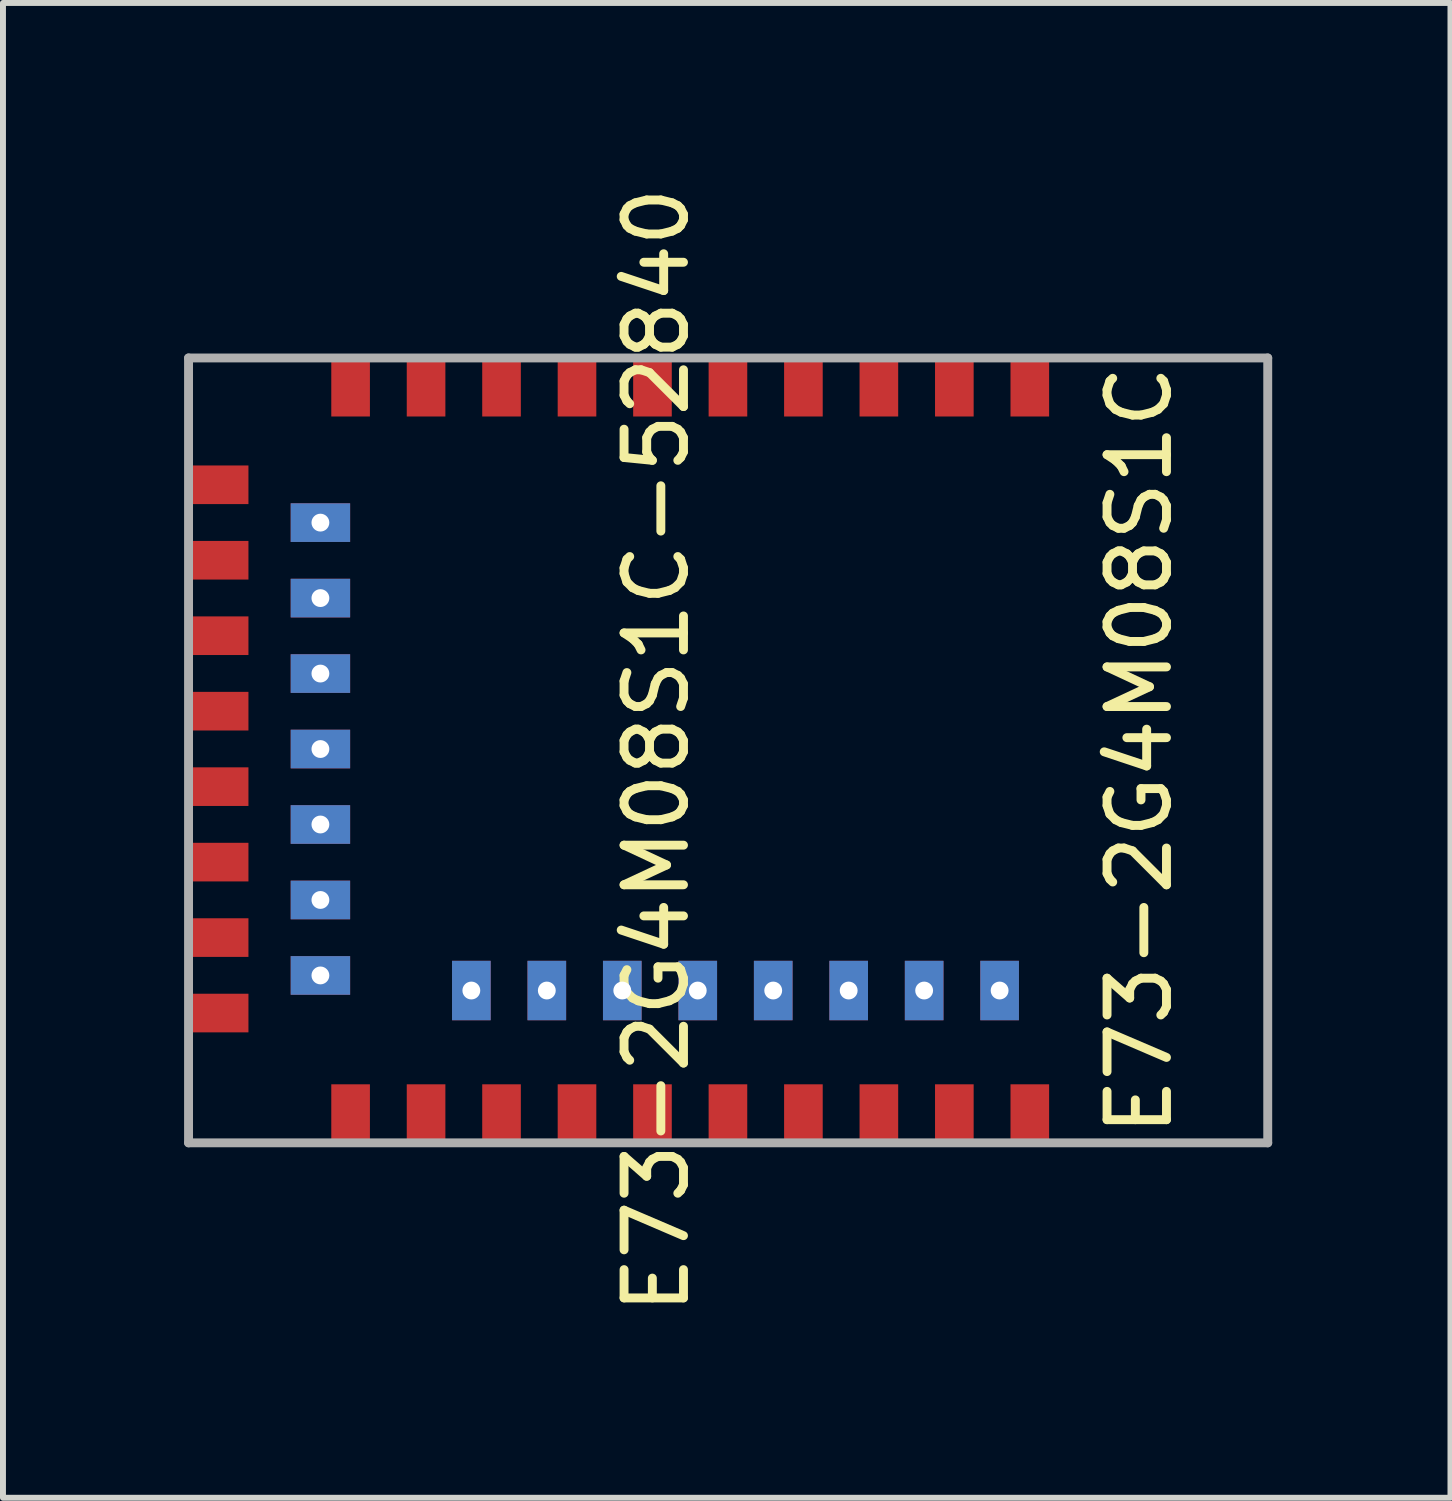
<source format=kicad_pcb>
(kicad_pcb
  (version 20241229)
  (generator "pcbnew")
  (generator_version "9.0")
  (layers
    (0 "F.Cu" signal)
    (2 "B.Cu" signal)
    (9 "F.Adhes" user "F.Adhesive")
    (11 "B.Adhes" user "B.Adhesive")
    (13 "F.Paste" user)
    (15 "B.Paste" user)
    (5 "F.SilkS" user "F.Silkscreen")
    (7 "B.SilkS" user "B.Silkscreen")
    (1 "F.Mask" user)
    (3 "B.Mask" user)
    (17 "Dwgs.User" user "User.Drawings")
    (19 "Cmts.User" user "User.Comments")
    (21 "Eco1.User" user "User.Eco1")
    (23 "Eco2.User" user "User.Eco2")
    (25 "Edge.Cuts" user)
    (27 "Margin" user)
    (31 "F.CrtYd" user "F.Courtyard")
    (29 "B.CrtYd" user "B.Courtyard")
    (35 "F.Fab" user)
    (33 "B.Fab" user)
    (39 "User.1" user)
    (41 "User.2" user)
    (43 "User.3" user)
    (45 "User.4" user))
  (footprint "E73-2G4M08S1C-52840"
    (layer "F.Cu")
    (at 0.25 9.578)
    (property "Reference" "E73-2G4M08S1C-52840" (at 7.747 -0.000467 270) (layer "F.SilkS") (effects (font (size 1 1) (thickness 0.15))))
    (attr through_hole)
    (fp_line (start -0.127 -6.604) (end -0.127 6.604) (stroke (width 0.15) (type solid)) (layer "F.Fab"))
    (fp_line (start -0.127 6.604) (end 18.034 6.604) (stroke (width 0.15) (type solid)) (layer "F.Fab"))
    (fp_line (start 18.034 -6.604) (end -0.127 -6.604) (stroke (width 0.15) (type solid)) (layer "F.Fab"))
    (fp_line (start 18.034 6.604) (end 18.034 -6.604) (stroke (width 0.15) (type solid)) (layer "F.Fab"))
    (fp_text user "E73-2G4M08S1C" (at 15.875 0 90) (layer "F.SilkS") (effects (font (size 1 1) (thickness 0.15))))
    (pad "1" smd rect (at 14.03 -6.119) (size 0.65 1) (layers "F.Cu" "F.Mask" "F.Paste"))
    (pad "2" smd rect (at 12.76 -6.119) (size 0.65 1) (layers "F.Cu" "F.Mask" "F.Paste"))
    (pad "3" smd rect (at 11.49 -6.119) (size 0.65 1) (layers "F.Cu" "F.Mask" "F.Paste"))
    (pad "4" smd rect (at 10.22 -6.119) (size 0.65 1) (layers "F.Cu" "F.Mask" "F.Paste"))
    (pad "5" smd rect (at 8.95 -6.119) (size 0.65 1) (layers "F.Cu" "F.Mask" "F.Paste"))
    (pad "6" smd rect (at 7.68 -6.119) (size 0.65 1) (layers "F.Cu" "F.Mask" "F.Paste"))
    (pad "7" smd rect (at 6.41 -6.119) (size 0.65 1) (layers "F.Cu" "F.Mask" "F.Paste"))
    (pad "8" smd rect (at 5.14 -6.119) (size 0.65 1) (layers "F.Cu" "F.Mask" "F.Paste"))
    (pad "9" smd rect (at 3.87 -6.119) (size 0.65 1) (layers "F.Cu" "F.Mask" "F.Paste"))
    (pad "10" smd rect (at 2.6 -6.119) (size 0.65 1) (layers "F.Cu" "F.Mask" "F.Paste"))
    (pad "11" smd rect (at 0.381 -4.47 90) (size 0.65 1) (layers "F.Cu" "F.Mask" "F.Paste"))
    (pad "12" thru_hole rect (at 2.092 -3.833 90) (size 0.65 1) (drill 0.3) (layers "*.Cu" "*.Mask"))
    (pad "13" smd rect (at 0.381 -3.2 90) (size 0.65 1) (layers "F.Cu" "F.Mask" "F.Paste"))
    (pad "14" thru_hole rect (at 2.092 -2.563 90) (size 0.65 1) (drill 0.3) (layers "*.Cu" "*.Mask"))
    (pad "15" smd rect (at 0.381 -1.93 90) (size 0.65 1) (layers "F.Cu" "F.Mask" "F.Paste"))
    (pad "16" thru_hole rect (at 2.092 -1.293 90) (size 0.65 1) (drill 0.3) (layers "*.Cu" "*.Mask"))
    (pad "17" smd rect (at 0.381 -0.66 90) (size 0.65 1) (layers "F.Cu" "F.Mask" "F.Paste"))
    (pad "18" thru_hole rect (at 2.092 -0.023 90) (size 0.65 1) (drill 0.3) (layers "*.Cu" "*.Mask"))
    (pad "19" smd rect (at 0.381 0.61 90) (size 0.65 1) (layers "F.Cu" "F.Mask" "F.Paste"))
    (pad "20" thru_hole rect (at 2.092 1.247 90) (size 0.65 1) (drill 0.3) (layers "*.Cu" "*.Mask"))
    (pad "21" smd rect (at 0.381 1.88 90) (size 0.65 1) (layers "F.Cu" "F.Mask" "F.Paste"))
    (pad "22" thru_hole rect (at 2.092 2.517 90) (size 0.65 1) (drill 0.3) (layers "*.Cu" "*.Mask"))
    (pad "23" smd rect (at 0.381 3.15 90) (size 0.65 1) (layers "F.Cu" "F.Mask" "F.Paste"))
    (pad "24" thru_hole rect (at 2.092 3.787 90) (size 0.65 1) (drill 0.3) (layers "*.Cu" "*.Mask"))
    (pad "25" smd rect (at 0.381 4.42 90) (size 0.65 1) (layers "F.Cu" "F.Mask" "F.Paste"))
    (pad "26" smd rect (at 2.6 6.119) (size 0.65 1) (layers "F.Cu" "F.Mask" "F.Paste"))
    (pad "27" smd rect (at 3.87 6.119) (size 0.65 1) (layers "F.Cu" "F.Mask" "F.Paste"))
    (pad "28" thru_hole rect (at 4.632 4.041) (size 0.65 1) (drill 0.3) (layers "*.Cu" "*.Mask"))
    (pad "29" smd rect (at 5.14 6.119) (size 0.65 1) (layers "F.Cu" "F.Mask" "F.Paste"))
    (pad "30" thru_hole rect (at 5.902 4.041) (size 0.65 1) (drill 0.3) (layers "*.Cu" "*.Mask"))
    (pad "31" smd rect (at 6.41 6.119) (size 0.65 1) (layers "F.Cu" "F.Mask" "F.Paste"))
    (pad "32" thru_hole rect (at 7.172 4.041) (size 0.65 1) (drill 0.3) (layers "*.Cu" "*.Mask"))
    (pad "33" smd rect (at 7.68 6.119) (size 0.65 1) (layers "F.Cu" "F.Mask" "F.Paste"))
    (pad "34" thru_hole rect (at 8.442 4.041) (size 0.65 1) (drill 0.3) (layers "*.Cu" "*.Mask"))
    (pad "35" smd rect (at 8.95 6.119) (size 0.65 1) (layers "F.Cu" "F.Mask" "F.Paste"))
    (pad "36" thru_hole rect (at 9.712 4.041) (size 0.65 1) (drill 0.3) (layers "*.Cu" "*.Mask"))
    (pad "37" smd rect (at 10.22 6.119) (size 0.65 1) (layers "F.Cu" "F.Mask" "F.Paste"))
    (pad "38" thru_hole rect (at 10.982 4.041) (size 0.65 1) (drill 0.3) (layers "*.Cu" "*.Mask"))
    (pad "39" smd rect (at 11.49 6.119) (size 0.65 1) (layers "F.Cu" "F.Mask" "F.Paste"))
    (pad "40" thru_hole rect (at 12.252 4.041) (size 0.65 1) (drill 0.3) (layers "*.Cu" "*.Mask"))
    (pad "41" smd rect (at 12.76 6.119) (size 0.65 1) (layers "F.Cu" "F.Mask" "F.Paste"))
    (pad "42" thru_hole rect (at 13.522 4.041) (size 0.65 1) (drill 0.3) (layers "*.Cu" "*.Mask"))
    (pad "43" smd rect (at 14.03 6.119) (size 0.65 1) (layers "F.Cu" "F.Mask" "F.Paste")))
  (gr_rect
    (start -3 -3)
    (end 21.359 22.155)
    (stroke (width 0.1) (type default))
    (fill no)
    (layer "Edge.Cuts")))
</source>
